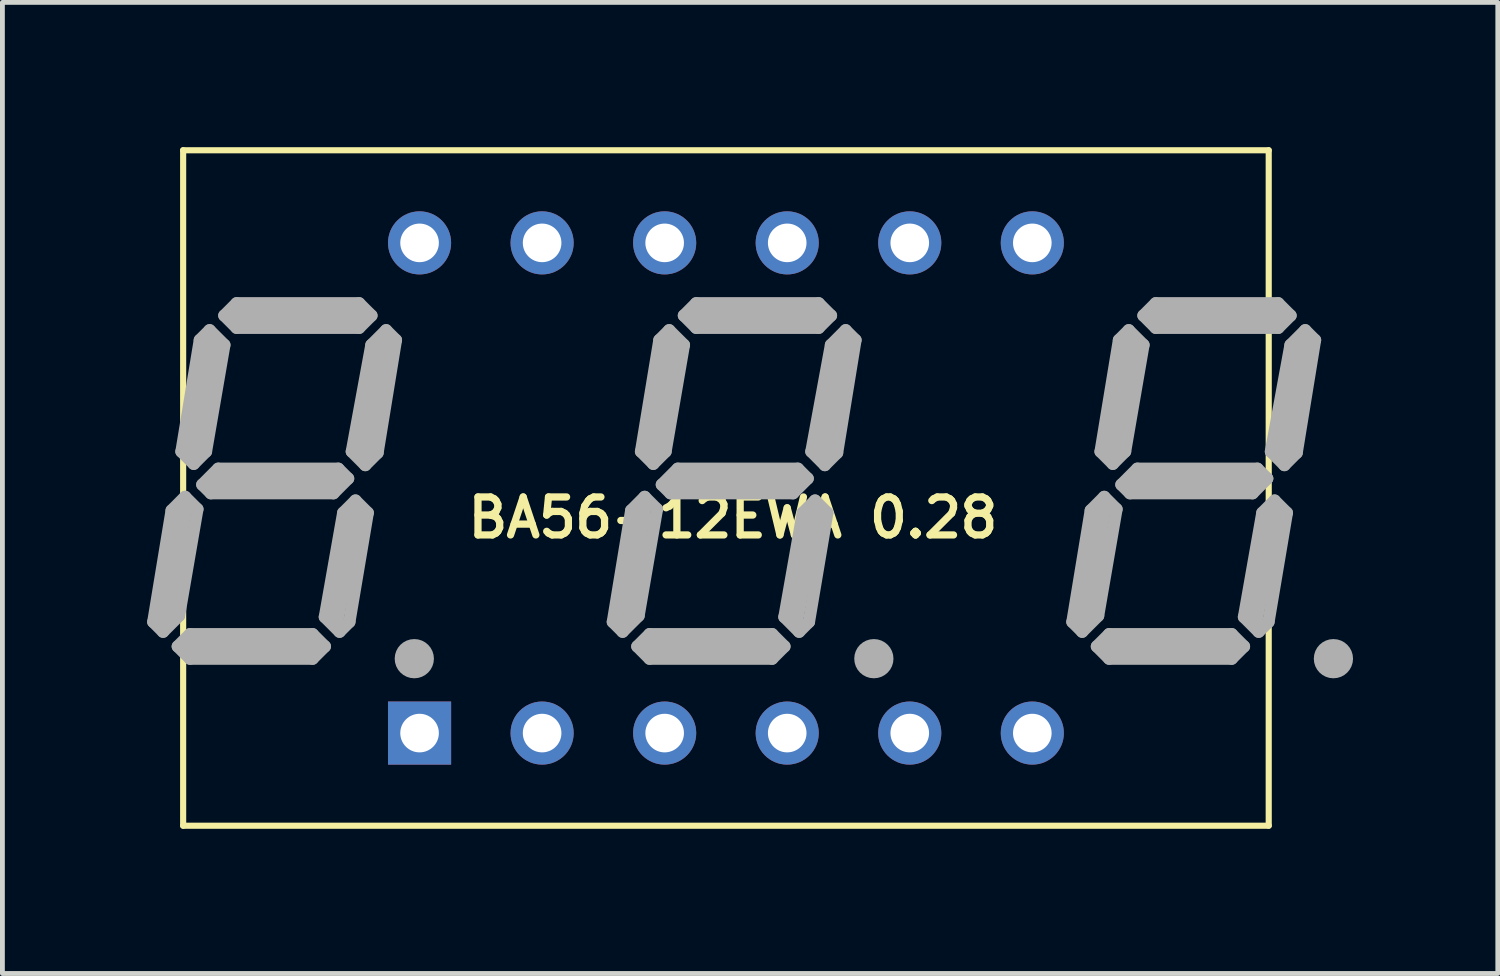
<source format=kicad_pcb>
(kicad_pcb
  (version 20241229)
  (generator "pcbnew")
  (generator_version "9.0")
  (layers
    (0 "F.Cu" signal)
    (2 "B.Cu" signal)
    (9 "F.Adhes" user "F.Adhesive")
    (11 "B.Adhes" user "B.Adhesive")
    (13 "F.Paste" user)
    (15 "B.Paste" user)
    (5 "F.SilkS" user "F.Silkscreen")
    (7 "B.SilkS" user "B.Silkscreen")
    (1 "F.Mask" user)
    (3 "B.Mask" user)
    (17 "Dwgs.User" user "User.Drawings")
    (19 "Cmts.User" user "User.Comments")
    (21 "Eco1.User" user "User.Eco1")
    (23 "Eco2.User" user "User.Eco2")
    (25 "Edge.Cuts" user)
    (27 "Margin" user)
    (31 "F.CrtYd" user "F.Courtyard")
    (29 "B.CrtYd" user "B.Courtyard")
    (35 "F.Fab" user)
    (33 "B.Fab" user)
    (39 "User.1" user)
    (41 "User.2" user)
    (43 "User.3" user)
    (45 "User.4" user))
  (footprint "BA56-12EWA 0.28"
    (layer "F.Cu")
    (at 11.996 7.064)
    (property "Reference" "BA56-12EWA 0.28" (at 0.145 0.617 0) (layer "F.SilkS") (effects (font (size 0.787 0.787) (thickness 0.15))))
    (attr through_hole)
    (fp_line (start -11.25 -7) (end -11.25 7) (stroke (width 0.127) (type solid)) (layer "F.SilkS"))
    (fp_line (start 11.25 -7) (end -11.25 -7) (stroke (width 0.127) (type solid)) (layer "F.SilkS"))
    (fp_line (start 11.25 -7) (end 11.25 7) (stroke (width 0.127) (type solid)) (layer "F.SilkS"))
    (fp_line (start 11.25 7) (end -11.25 7) (stroke (width 0.127) (type solid)) (layer "F.SilkS"))
    (fp_line (start -11.869 2.776) (end -11.666 2.979) (stroke (width 0.254) (type solid)) (layer "F.Fab"))
    (fp_line (start -11.666 2.776) (end -11.285 0.49) (stroke (width 0.406) (type solid)) (layer "F.Fab"))
    (fp_line (start -11.666 2.979) (end -11.336 2.649) (stroke (width 0.254) (type solid)) (layer "F.Fab"))
    (fp_line (start -11.488 0.465) (end -11.869 2.776) (stroke (width 0.254) (type solid)) (layer "F.Fab"))
    (fp_line (start -11.361 3.284) (end -11.107 3.03) (stroke (width 0.254) (type solid)) (layer "F.Fab"))
    (fp_line (start -11.336 2.649) (end -10.955 0.439) (stroke (width 0.254) (type solid)) (layer "F.Fab"))
    (fp_line (start -11.285 -0.755) (end -10.904 -3.066) (stroke (width 0.254) (type solid)) (layer "F.Fab"))
    (fp_line (start -11.209 0.185) (end -11.488 0.465) (stroke (width 0.254) (type solid)) (layer "F.Fab"))
    (fp_line (start -11.209 0.185) (end -10.955 0.439) (stroke (width 0.254) (type solid)) (layer "F.Fab"))
    (fp_line (start -11.107 3.03) (end -8.567 3.03) (stroke (width 0.254) (type solid)) (layer "F.Fab"))
    (fp_line (start -11.107 3.538) (end -11.361 3.284) (stroke (width 0.254) (type solid)) (layer "F.Fab"))
    (fp_line (start -11.031 -0.501) (end -11.285 -0.755) (stroke (width 0.254) (type solid)) (layer "F.Fab"))
    (fp_line (start -10.904 -3.066) (end -10.701 -3.269) (stroke (width 0.254) (type solid)) (layer "F.Fab"))
    (fp_line (start -10.853 -0.069) (end -10.523 -0.399) (stroke (width 0.254) (type solid)) (layer "F.Fab"))
    (fp_line (start -10.777 -0.755) (end -11.031 -0.501) (stroke (width 0.254) (type solid)) (layer "F.Fab"))
    (fp_line (start -10.701 -3.269) (end -10.396 -2.964) (stroke (width 0.254) (type solid)) (layer "F.Fab"))
    (fp_line (start -10.675 0.109) (end -10.853 -0.069) (stroke (width 0.254) (type solid)) (layer "F.Fab"))
    (fp_line (start -10.65 -2.939) (end -11.031 -0.78) (stroke (width 0.406) (type solid)) (layer "F.Fab"))
    (fp_line (start -10.65 -0.145) (end -8.11 -0.145) (stroke (width 0.406) (type solid)) (layer "F.Fab"))
    (fp_line (start -10.523 -0.399) (end -8.034 -0.399) (stroke (width 0.254) (type solid)) (layer "F.Fab"))
    (fp_line (start -10.396 -3.574) (end -10.142 -3.828) (stroke (width 0.254) (type solid)) (layer "F.Fab"))
    (fp_line (start -10.396 -2.964) (end -10.777 -0.755) (stroke (width 0.254) (type solid)) (layer "F.Fab"))
    (fp_line (start -10.142 -3.828) (end -7.602 -3.828) (stroke (width 0.254) (type solid)) (layer "F.Fab"))
    (fp_line (start -10.142 -3.32) (end -10.396 -3.574) (stroke (width 0.254) (type solid)) (layer "F.Fab"))
    (fp_line (start -8.618 3.284) (end -11.031 3.284) (stroke (width 0.406) (type solid)) (layer "F.Fab"))
    (fp_line (start -8.567 3.03) (end -8.313 3.284) (stroke (width 0.254) (type solid)) (layer "F.Fab"))
    (fp_line (start -8.567 3.538) (end -11.107 3.538) (stroke (width 0.254) (type solid)) (layer "F.Fab"))
    (fp_line (start -8.313 2.674) (end -8.008 2.979) (stroke (width 0.254) (type solid)) (layer "F.Fab"))
    (fp_line (start -8.313 3.284) (end -8.567 3.538) (stroke (width 0.254) (type solid)) (layer "F.Fab"))
    (fp_line (start -8.135 0.109) (end -10.675 0.109) (stroke (width 0.254) (type solid)) (layer "F.Fab"))
    (fp_line (start -8.034 -0.399) (end -7.831 -0.196) (stroke (width 0.254) (type solid)) (layer "F.Fab"))
    (fp_line (start -8.008 2.979) (end -7.805 2.776) (stroke (width 0.254) (type solid)) (layer "F.Fab"))
    (fp_line (start -7.932 0.515) (end -8.313 2.674) (stroke (width 0.254) (type solid)) (layer "F.Fab"))
    (fp_line (start -7.831 -0.196) (end -8.135 0.109) (stroke (width 0.254) (type solid)) (layer "F.Fab"))
    (fp_line (start -7.805 2.776) (end -7.424 0.515) (stroke (width 0.254) (type solid)) (layer "F.Fab"))
    (fp_line (start -7.754 -0.755) (end -7.475 -0.475) (stroke (width 0.254) (type solid)) (layer "F.Fab"))
    (fp_line (start -7.729 0.617) (end -8.11 2.649) (stroke (width 0.406) (type solid)) (layer "F.Fab"))
    (fp_line (start -7.678 0.261) (end -7.932 0.515) (stroke (width 0.254) (type solid)) (layer "F.Fab"))
    (fp_line (start -7.602 -3.828) (end -7.348 -3.574) (stroke (width 0.254) (type solid)) (layer "F.Fab"))
    (fp_line (start -7.602 -3.574) (end -10.142 -3.574) (stroke (width 0.406) (type solid)) (layer "F.Fab"))
    (fp_line (start -7.602 -3.32) (end -10.142 -3.32) (stroke (width 0.254) (type solid)) (layer "F.Fab"))
    (fp_line (start -7.475 -0.475) (end -7.221 -0.729) (stroke (width 0.254) (type solid)) (layer "F.Fab"))
    (fp_line (start -7.424 0.515) (end -7.678 0.261) (stroke (width 0.254) (type solid)) (layer "F.Fab"))
    (fp_line (start -7.348 -3.574) (end -7.602 -3.32) (stroke (width 0.254) (type solid)) (layer "F.Fab"))
    (fp_line (start -7.348 -2.964) (end -7.754 -0.755) (stroke (width 0.254) (type solid)) (layer "F.Fab"))
    (fp_line (start -7.221 -0.729) (end -6.84 -3.066) (stroke (width 0.254) (type solid)) (layer "F.Fab"))
    (fp_line (start -7.094 -2.939) (end -7.475 -0.78) (stroke (width 0.406) (type solid)) (layer "F.Fab"))
    (fp_line (start -7.043 -3.269) (end -7.348 -2.964) (stroke (width 0.254) (type solid)) (layer "F.Fab"))
    (fp_line (start -6.84 -3.066) (end -7.043 -3.269) (stroke (width 0.254) (type solid)) (layer "F.Fab"))
    (fp_line (start -6.586 3.538) (end -6.332 3.538) (stroke (width 0.305) (type solid)) (layer "F.Fab"))
    (fp_line (start -2.344 2.776) (end -2.141 2.979) (stroke (width 0.254) (type solid)) (layer "F.Fab"))
    (fp_line (start -2.141 2.776) (end -1.76 0.49) (stroke (width 0.406) (type solid)) (layer "F.Fab"))
    (fp_line (start -2.141 2.979) (end -1.811 2.649) (stroke (width 0.254) (type solid)) (layer "F.Fab"))
    (fp_line (start -1.963 0.465) (end -2.344 2.776) (stroke (width 0.254) (type solid)) (layer "F.Fab"))
    (fp_line (start -1.836 3.284) (end -1.582 3.03) (stroke (width 0.254) (type solid)) (layer "F.Fab"))
    (fp_line (start -1.811 2.649) (end -1.43 0.439) (stroke (width 0.254) (type solid)) (layer "F.Fab"))
    (fp_line (start -1.76 -0.755) (end -1.379 -3.066) (stroke (width 0.254) (type solid)) (layer "F.Fab"))
    (fp_line (start -1.684 0.185) (end -1.963 0.465) (stroke (width 0.254) (type solid)) (layer "F.Fab"))
    (fp_line (start -1.684 0.185) (end -1.43 0.439) (stroke (width 0.254) (type solid)) (layer "F.Fab"))
    (fp_line (start -1.582 3.03) (end 0.958 3.03) (stroke (width 0.254) (type solid)) (layer "F.Fab"))
    (fp_line (start -1.582 3.538) (end -1.836 3.284) (stroke (width 0.254) (type solid)) (layer "F.Fab"))
    (fp_line (start -1.506 -0.501) (end -1.76 -0.755) (stroke (width 0.254) (type solid)) (layer "F.Fab"))
    (fp_line (start -1.379 -3.066) (end -1.176 -3.269) (stroke (width 0.254) (type solid)) (layer "F.Fab"))
    (fp_line (start -1.328 -0.069) (end -0.998 -0.399) (stroke (width 0.254) (type solid)) (layer "F.Fab"))
    (fp_line (start -1.252 -0.755) (end -1.506 -0.501) (stroke (width 0.254) (type solid)) (layer "F.Fab"))
    (fp_line (start -1.176 -3.269) (end -0.871 -2.964) (stroke (width 0.254) (type solid)) (layer "F.Fab"))
    (fp_line (start -1.15 0.109) (end -1.328 -0.069) (stroke (width 0.254) (type solid)) (layer "F.Fab"))
    (fp_line (start -1.125 -2.939) (end -1.506 -0.78) (stroke (width 0.406) (type solid)) (layer "F.Fab"))
    (fp_line (start -1.125 -0.145) (end 1.415 -0.145) (stroke (width 0.406) (type solid)) (layer "F.Fab"))
    (fp_line (start -0.998 -0.399) (end 1.491 -0.399) (stroke (width 0.254) (type solid)) (layer "F.Fab"))
    (fp_line (start -0.871 -3.574) (end -0.617 -3.828) (stroke (width 0.254) (type solid)) (layer "F.Fab"))
    (fp_line (start -0.871 -2.964) (end -1.252 -0.755) (stroke (width 0.254) (type solid)) (layer "F.Fab"))
    (fp_line (start -0.617 -3.828) (end 1.923 -3.828) (stroke (width 0.254) (type solid)) (layer "F.Fab"))
    (fp_line (start -0.617 -3.32) (end -0.871 -3.574) (stroke (width 0.254) (type solid)) (layer "F.Fab"))
    (fp_line (start 0.907 3.284) (end -1.506 3.284) (stroke (width 0.406) (type solid)) (layer "F.Fab"))
    (fp_line (start 0.958 3.03) (end 1.212 3.284) (stroke (width 0.254) (type solid)) (layer "F.Fab"))
    (fp_line (start 0.958 3.538) (end -1.582 3.538) (stroke (width 0.254) (type solid)) (layer "F.Fab"))
    (fp_line (start 1.212 2.674) (end 1.517 2.979) (stroke (width 0.254) (type solid)) (layer "F.Fab"))
    (fp_line (start 1.212 3.284) (end 0.958 3.538) (stroke (width 0.254) (type solid)) (layer "F.Fab"))
    (fp_line (start 1.39 0.109) (end -1.15 0.109) (stroke (width 0.254) (type solid)) (layer "F.Fab"))
    (fp_line (start 1.491 -0.399) (end 1.694 -0.196) (stroke (width 0.254) (type solid)) (layer "F.Fab"))
    (fp_line (start 1.517 2.979) (end 1.72 2.776) (stroke (width 0.254) (type solid)) (layer "F.Fab"))
    (fp_line (start 1.593 0.515) (end 1.212 2.674) (stroke (width 0.254) (type solid)) (layer "F.Fab"))
    (fp_line (start 1.694 -0.196) (end 1.39 0.109) (stroke (width 0.254) (type solid)) (layer "F.Fab"))
    (fp_line (start 1.72 2.776) (end 2.101 0.515) (stroke (width 0.254) (type solid)) (layer "F.Fab"))
    (fp_line (start 1.771 -0.755) (end 2.05 -0.475) (stroke (width 0.254) (type solid)) (layer "F.Fab"))
    (fp_line (start 1.796 0.617) (end 1.415 2.649) (stroke (width 0.406) (type solid)) (layer "F.Fab"))
    (fp_line (start 1.847 0.261) (end 1.593 0.515) (stroke (width 0.254) (type solid)) (layer "F.Fab"))
    (fp_line (start 1.923 -3.828) (end 2.177 -3.574) (stroke (width 0.254) (type solid)) (layer "F.Fab"))
    (fp_line (start 1.923 -3.574) (end -0.617 -3.574) (stroke (width 0.406) (type solid)) (layer "F.Fab"))
    (fp_line (start 1.923 -3.32) (end -0.617 -3.32) (stroke (width 0.254) (type solid)) (layer "F.Fab"))
    (fp_line (start 2.05 -0.475) (end 2.304 -0.729) (stroke (width 0.254) (type solid)) (layer "F.Fab"))
    (fp_line (start 2.101 0.515) (end 1.847 0.261) (stroke (width 0.254) (type solid)) (layer "F.Fab"))
    (fp_line (start 2.177 -3.574) (end 1.923 -3.32) (stroke (width 0.254) (type solid)) (layer "F.Fab"))
    (fp_line (start 2.177 -2.964) (end 1.771 -0.755) (stroke (width 0.254) (type solid)) (layer "F.Fab"))
    (fp_line (start 2.304 -0.729) (end 2.685 -3.066) (stroke (width 0.254) (type solid)) (layer "F.Fab"))
    (fp_line (start 2.431 -2.939) (end 2.05 -0.78) (stroke (width 0.406) (type solid)) (layer "F.Fab"))
    (fp_line (start 2.482 -3.269) (end 2.177 -2.964) (stroke (width 0.254) (type solid)) (layer "F.Fab"))
    (fp_line (start 2.685 -3.066) (end 2.482 -3.269) (stroke (width 0.254) (type solid)) (layer "F.Fab"))
    (fp_line (start 2.939 3.538) (end 3.193 3.538) (stroke (width 0.305) (type solid)) (layer "F.Fab"))
    (fp_line (start 7.181 2.776) (end 7.384 2.979) (stroke (width 0.254) (type solid)) (layer "F.Fab"))
    (fp_line (start 7.384 2.776) (end 7.765 0.49) (stroke (width 0.406) (type solid)) (layer "F.Fab"))
    (fp_line (start 7.384 2.979) (end 7.714 2.649) (stroke (width 0.254) (type solid)) (layer "F.Fab"))
    (fp_line (start 7.562 0.465) (end 7.181 2.776) (stroke (width 0.254) (type solid)) (layer "F.Fab"))
    (fp_line (start 7.689 3.284) (end 7.943 3.03) (stroke (width 0.254) (type solid)) (layer "F.Fab"))
    (fp_line (start 7.714 2.649) (end 8.095 0.439) (stroke (width 0.254) (type solid)) (layer "F.Fab"))
    (fp_line (start 7.765 -0.755) (end 8.146 -3.066) (stroke (width 0.254) (type solid)) (layer "F.Fab"))
    (fp_line (start 7.841 0.185) (end 7.562 0.465) (stroke (width 0.254) (type solid)) (layer "F.Fab"))
    (fp_line (start 7.841 0.185) (end 8.095 0.439) (stroke (width 0.254) (type solid)) (layer "F.Fab"))
    (fp_line (start 7.943 3.03) (end 10.483 3.03) (stroke (width 0.254) (type solid)) (layer "F.Fab"))
    (fp_line (start 7.943 3.538) (end 7.689 3.284) (stroke (width 0.254) (type solid)) (layer "F.Fab"))
    (fp_line (start 8.019 -0.501) (end 7.765 -0.755) (stroke (width 0.254) (type solid)) (layer "F.Fab"))
    (fp_line (start 8.146 -3.066) (end 8.349 -3.269) (stroke (width 0.254) (type solid)) (layer "F.Fab"))
    (fp_line (start 8.197 -0.069) (end 8.527 -0.399) (stroke (width 0.254) (type solid)) (layer "F.Fab"))
    (fp_line (start 8.273 -0.755) (end 8.019 -0.501) (stroke (width 0.254) (type solid)) (layer "F.Fab"))
    (fp_line (start 8.349 -3.269) (end 8.654 -2.964) (stroke (width 0.254) (type solid)) (layer "F.Fab"))
    (fp_line (start 8.375 0.109) (end 8.197 -0.069) (stroke (width 0.254) (type solid)) (layer "F.Fab"))
    (fp_line (start 8.4 -2.939) (end 8.019 -0.78) (stroke (width 0.406) (type solid)) (layer "F.Fab"))
    (fp_line (start 8.4 -0.145) (end 10.94 -0.145) (stroke (width 0.406) (type solid)) (layer "F.Fab"))
    (fp_line (start 8.527 -0.399) (end 11.016 -0.399) (stroke (width 0.254) (type solid)) (layer "F.Fab"))
    (fp_line (start 8.654 -3.574) (end 8.908 -3.828) (stroke (width 0.254) (type solid)) (layer "F.Fab"))
    (fp_line (start 8.654 -2.964) (end 8.273 -0.755) (stroke (width 0.254) (type solid)) (layer "F.Fab"))
    (fp_line (start 8.908 -3.828) (end 11.448 -3.828) (stroke (width 0.254) (type solid)) (layer "F.Fab"))
    (fp_line (start 8.908 -3.32) (end 8.654 -3.574) (stroke (width 0.254) (type solid)) (layer "F.Fab"))
    (fp_line (start 10.432 3.284) (end 8.019 3.284) (stroke (width 0.406) (type solid)) (layer "F.Fab"))
    (fp_line (start 10.483 3.03) (end 10.737 3.284) (stroke (width 0.254) (type solid)) (layer "F.Fab"))
    (fp_line (start 10.483 3.538) (end 7.943 3.538) (stroke (width 0.254) (type solid)) (layer "F.Fab"))
    (fp_line (start 10.737 2.674) (end 11.042 2.979) (stroke (width 0.254) (type solid)) (layer "F.Fab"))
    (fp_line (start 10.737 3.284) (end 10.483 3.538) (stroke (width 0.254) (type solid)) (layer "F.Fab"))
    (fp_line (start 10.915 0.109) (end 8.375 0.109) (stroke (width 0.254) (type solid)) (layer "F.Fab"))
    (fp_line (start 11.016 -0.399) (end 11.219 -0.196) (stroke (width 0.254) (type solid)) (layer "F.Fab"))
    (fp_line (start 11.042 2.979) (end 11.245 2.776) (stroke (width 0.254) (type solid)) (layer "F.Fab"))
    (fp_line (start 11.118 0.515) (end 10.737 2.674) (stroke (width 0.254) (type solid)) (layer "F.Fab"))
    (fp_line (start 11.219 -0.196) (end 10.915 0.109) (stroke (width 0.254) (type solid)) (layer "F.Fab"))
    (fp_line (start 11.245 2.776) (end 11.626 0.515) (stroke (width 0.254) (type solid)) (layer "F.Fab"))
    (fp_line (start 11.296 -0.755) (end 11.575 -0.475) (stroke (width 0.254) (type solid)) (layer "F.Fab"))
    (fp_line (start 11.321 0.617) (end 10.94 2.649) (stroke (width 0.406) (type solid)) (layer "F.Fab"))
    (fp_line (start 11.372 0.261) (end 11.118 0.515) (stroke (width 0.254) (type solid)) (layer "F.Fab"))
    (fp_line (start 11.448 -3.828) (end 11.702 -3.574) (stroke (width 0.254) (type solid)) (layer "F.Fab"))
    (fp_line (start 11.448 -3.574) (end 8.908 -3.574) (stroke (width 0.406) (type solid)) (layer "F.Fab"))
    (fp_line (start 11.448 -3.32) (end 8.908 -3.32) (stroke (width 0.254) (type solid)) (layer "F.Fab"))
    (fp_line (start 11.575 -0.475) (end 11.829 -0.729) (stroke (width 0.254) (type solid)) (layer "F.Fab"))
    (fp_line (start 11.626 0.515) (end 11.372 0.261) (stroke (width 0.254) (type solid)) (layer "F.Fab"))
    (fp_line (start 11.702 -3.574) (end 11.448 -3.32) (stroke (width 0.254) (type solid)) (layer "F.Fab"))
    (fp_line (start 11.702 -2.964) (end 11.296 -0.755) (stroke (width 0.254) (type solid)) (layer "F.Fab"))
    (fp_line (start 11.829 -0.729) (end 12.21 -3.066) (stroke (width 0.254) (type solid)) (layer "F.Fab"))
    (fp_line (start 11.956 -2.939) (end 11.575 -0.78) (stroke (width 0.406) (type solid)) (layer "F.Fab"))
    (fp_line (start 12.007 -3.269) (end 11.702 -2.964) (stroke (width 0.254) (type solid)) (layer "F.Fab"))
    (fp_line (start 12.21 -3.066) (end 12.007 -3.269) (stroke (width 0.254) (type solid)) (layer "F.Fab"))
    (fp_line (start 12.464 3.538) (end 12.718 3.538) (stroke (width 0.305) (type solid)) (layer "F.Fab"))
    (fp_circle (center -6.459 3.538) (end -6.205 3.538) (stroke (width 0.305) (type solid)) (fill no) (layer "F.Fab"))
    (fp_circle (center 3.066 3.538) (end 3.32 3.538) (stroke (width 0.305) (type solid)) (fill no) (layer "F.Fab"))
    (fp_circle (center 12.591 3.538) (end 12.845 3.538) (stroke (width 0.305) (type solid)) (fill no) (layer "F.Fab"))
    (pad "P$1" thru_hole rect (at -6.35 5.08) (size 1.308 1.308) (drill 0.8) (layers "*.Cu" "*.Mask"))
    (pad "P$2" thru_hole circle (at -3.81 5.08) (size 1.308 1.308) (drill 0.8) (layers "*.Cu" "*.Mask"))
    (pad "P$3" thru_hole circle (at -1.27 5.08) (size 1.308 1.308) (drill 0.8) (layers "*.Cu" "*.Mask"))
    (pad "P$4" thru_hole circle (at 1.27 5.08) (size 1.308 1.308) (drill 0.8) (layers "*.Cu" "*.Mask"))
    (pad "P$5" thru_hole circle (at 3.81 5.08) (size 1.308 1.308) (drill 0.8) (layers "*.Cu" "*.Mask"))
    (pad "P$6" thru_hole circle (at 6.35 5.08) (size 1.308 1.308) (drill 0.8) (layers "*.Cu" "*.Mask"))
    (pad "P$7" thru_hole circle (at 6.35 -5.08) (size 1.308 1.308) (drill 0.8) (layers "*.Cu" "*.Mask"))
    (pad "P$8" thru_hole circle (at 3.81 -5.08) (size 1.308 1.308) (drill 0.8) (layers "*.Cu" "*.Mask"))
    (pad "P$9" thru_hole circle (at 1.27 -5.08) (size 1.308 1.308) (drill 0.8) (layers "*.Cu" "*.Mask"))
    (pad "P$10" thru_hole circle (at -1.27 -5.08) (size 1.308 1.308) (drill 0.8) (layers "*.Cu" "*.Mask"))
    (pad "P$11" thru_hole circle (at -3.81 -5.08) (size 1.308 1.308) (drill 0.8) (layers "*.Cu" "*.Mask"))
    (pad "P$12" thru_hole circle (at -6.35 -5.08) (size 1.308 1.308) (drill 0.8) (layers "*.Cu" "*.Mask")))
  (gr_rect
    (start -3 -3)
    (end 27.994 17.127)
    (stroke (width 0.1) (type default))
    (fill no)
    (layer "Edge.Cuts")))
</source>
